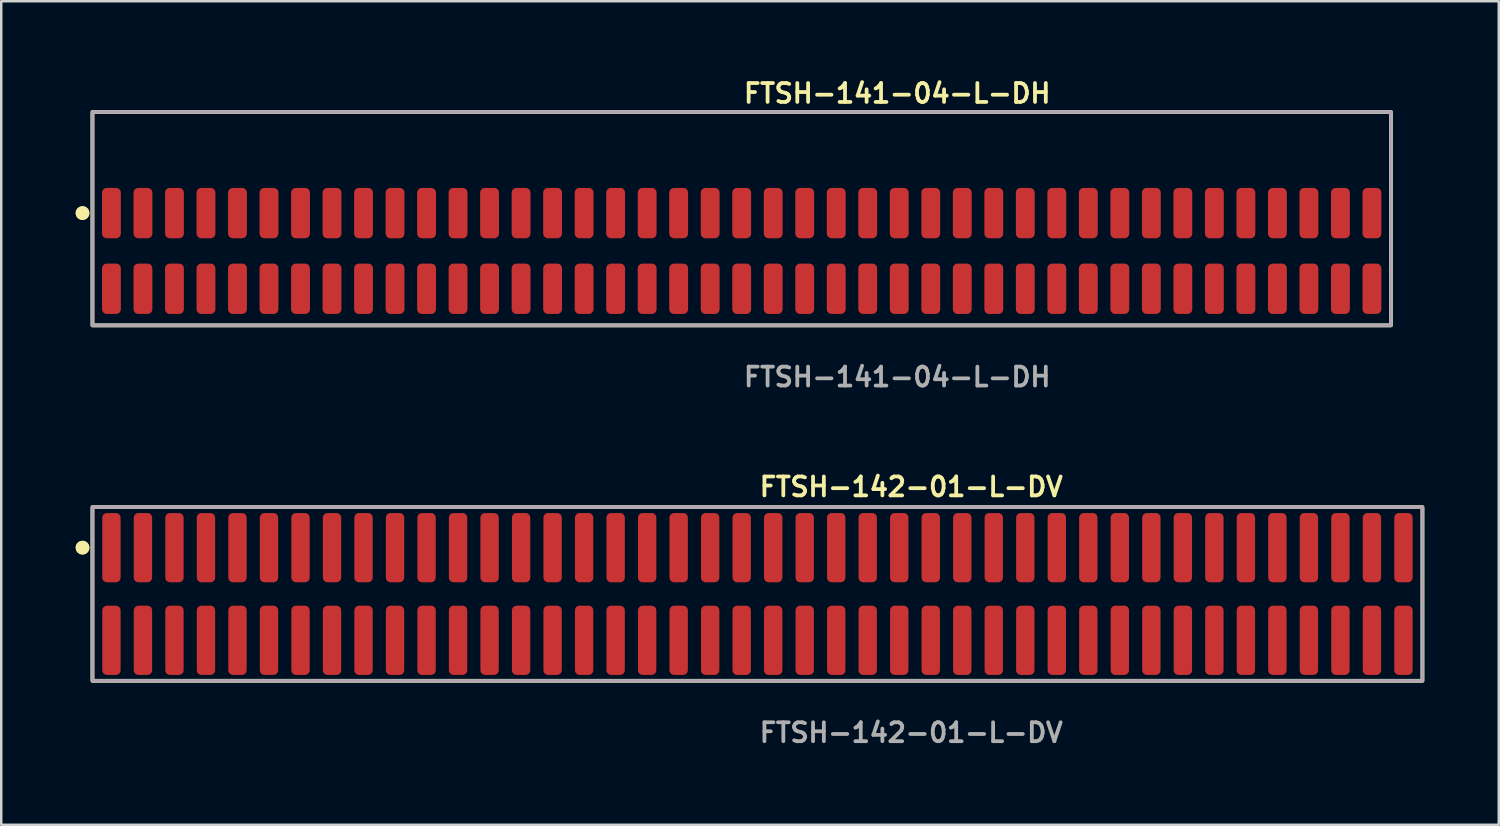
<source format=kicad_pcb>
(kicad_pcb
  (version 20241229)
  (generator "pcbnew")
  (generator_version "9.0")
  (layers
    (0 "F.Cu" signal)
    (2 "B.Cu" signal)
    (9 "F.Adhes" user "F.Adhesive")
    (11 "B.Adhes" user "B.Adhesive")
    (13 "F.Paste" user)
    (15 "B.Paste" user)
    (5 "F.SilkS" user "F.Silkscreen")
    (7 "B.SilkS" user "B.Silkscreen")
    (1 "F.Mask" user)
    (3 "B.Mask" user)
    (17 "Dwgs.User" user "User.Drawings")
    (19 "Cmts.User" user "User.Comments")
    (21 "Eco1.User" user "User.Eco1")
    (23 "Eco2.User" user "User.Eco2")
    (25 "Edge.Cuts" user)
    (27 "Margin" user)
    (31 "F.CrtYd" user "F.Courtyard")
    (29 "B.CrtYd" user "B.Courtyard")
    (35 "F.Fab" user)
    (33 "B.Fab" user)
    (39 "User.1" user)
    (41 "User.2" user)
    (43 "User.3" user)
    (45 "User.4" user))
  (footprint "FTSH-141-04-L-DH"
    (layer "F.Cu")
    (at 26.841 7.063)
    (property "Reference" "FTSH-141-04-L-DH" (at 0 -6.35 0) (unlocked yes) (layer "F.SilkS") (effects (font (size 0.762 0.762) (thickness 0.152)) (justify left)))
    (fp_rect (start -26.165 3) (end 26.165 -5.6) (stroke (width 0.152) (type solid)) (fill no) (layer "F.SilkS"))
    (fp_circle (center -26.565 -1.525) (end -26.765 -1.525) (stroke (width 0.152) (type solid)) (fill yes) (layer "F.SilkS"))
    (fp_circle (center -26.565 -1.525) (end -26.765 -1.525) (stroke (width 0.152) (type solid)) (fill yes) (layer "F.SilkS"))
    (fp_rect (start -26.165 3) (end 26.165 -5.6) (stroke (width 0.006) (type solid)) (fill no) (layer "F.CrtYd"))
    (fp_rect (start -26.165 3) (end 26.165 -5.6) (stroke (width 0.152) (type solid)) (fill no) (layer "F.Fab"))
    (fp_text user "${REFERENCE}" (at 0 5.08 0) (unlocked yes) (layer "F.Fab") (effects (font (size 0.762 0.762) (thickness 0.152)) (justify left)))
    (pad "1" smd roundrect (at -25.4 -1.525) (size 0.76 2.03) (layers "F.Cu" "F.Paste") (roundrect_rratio 0.25))
    (pad "2" smd roundrect (at -25.4 1.525) (size 0.76 2.03) (layers "F.Cu" "F.Paste") (roundrect_rratio 0.25))
    (pad "3" smd roundrect (at -24.13 -1.525) (size 0.76 2.03) (layers "F.Cu" "F.Paste") (roundrect_rratio 0.25))
    (pad "4" smd roundrect (at -24.13 1.525) (size 0.76 2.03) (layers "F.Cu" "F.Paste") (roundrect_rratio 0.25))
    (pad "5" smd roundrect (at -22.86 -1.525) (size 0.76 2.03) (layers "F.Cu" "F.Paste") (roundrect_rratio 0.25))
    (pad "6" smd roundrect (at -22.86 1.525) (size 0.76 2.03) (layers "F.Cu" "F.Paste") (roundrect_rratio 0.25))
    (pad "7" smd roundrect (at -21.59 -1.525) (size 0.76 2.03) (layers "F.Cu" "F.Paste") (roundrect_rratio 0.25))
    (pad "8" smd roundrect (at -21.59 1.525) (size 0.76 2.03) (layers "F.Cu" "F.Paste") (roundrect_rratio 0.25))
    (pad "9" smd roundrect (at -20.32 -1.525) (size 0.76 2.03) (layers "F.Cu" "F.Paste") (roundrect_rratio 0.25))
    (pad "10" smd roundrect (at -20.32 1.525) (size 0.76 2.03) (layers "F.Cu" "F.Paste") (roundrect_rratio 0.25))
    (pad "11" smd roundrect (at -19.05 -1.525) (size 0.76 2.03) (layers "F.Cu" "F.Paste") (roundrect_rratio 0.25))
    (pad "12" smd roundrect (at -19.05 1.525) (size 0.76 2.03) (layers "F.Cu" "F.Paste") (roundrect_rratio 0.25))
    (pad "13" smd roundrect (at -17.78 -1.525) (size 0.76 2.03) (layers "F.Cu" "F.Paste") (roundrect_rratio 0.25))
    (pad "14" smd roundrect (at -17.78 1.525) (size 0.76 2.03) (layers "F.Cu" "F.Paste") (roundrect_rratio 0.25))
    (pad "15" smd roundrect (at -16.51 -1.525) (size 0.76 2.03) (layers "F.Cu" "F.Paste") (roundrect_rratio 0.25))
    (pad "16" smd roundrect (at -16.51 1.525) (size 0.76 2.03) (layers "F.Cu" "F.Paste") (roundrect_rratio 0.25))
    (pad "17" smd roundrect (at -15.24 -1.525) (size 0.76 2.03) (layers "F.Cu" "F.Paste") (roundrect_rratio 0.25))
    (pad "18" smd roundrect (at -15.24 1.525) (size 0.76 2.03) (layers "F.Cu" "F.Paste") (roundrect_rratio 0.25))
    (pad "19" smd roundrect (at -13.97 -1.525) (size 0.76 2.03) (layers "F.Cu" "F.Paste") (roundrect_rratio 0.25))
    (pad "20" smd roundrect (at -13.97 1.525) (size 0.76 2.03) (layers "F.Cu" "F.Paste") (roundrect_rratio 0.25))
    (pad "21" smd roundrect (at -12.7 -1.525) (size 0.76 2.03) (layers "F.Cu" "F.Paste") (roundrect_rratio 0.25))
    (pad "22" smd roundrect (at -12.7 1.525) (size 0.76 2.03) (layers "F.Cu" "F.Paste") (roundrect_rratio 0.25))
    (pad "23" smd roundrect (at -11.43 -1.525) (size 0.76 2.03) (layers "F.Cu" "F.Paste") (roundrect_rratio 0.25))
    (pad "24" smd roundrect (at -11.43 1.525) (size 0.76 2.03) (layers "F.Cu" "F.Paste") (roundrect_rratio 0.25))
    (pad "25" smd roundrect (at -10.16 -1.525) (size 0.76 2.03) (layers "F.Cu" "F.Paste") (roundrect_rratio 0.25))
    (pad "26" smd roundrect (at -10.16 1.525) (size 0.76 2.03) (layers "F.Cu" "F.Paste") (roundrect_rratio 0.25))
    (pad "27" smd roundrect (at -8.89 -1.525) (size 0.76 2.03) (layers "F.Cu" "F.Paste") (roundrect_rratio 0.25))
    (pad "28" smd roundrect (at -8.89 1.525) (size 0.76 2.03) (layers "F.Cu" "F.Paste") (roundrect_rratio 0.25))
    (pad "29" smd roundrect (at -7.62 -1.525) (size 0.76 2.03) (layers "F.Cu" "F.Paste") (roundrect_rratio 0.25))
    (pad "30" smd roundrect (at -7.62 1.525) (size 0.76 2.03) (layers "F.Cu" "F.Paste") (roundrect_rratio 0.25))
    (pad "31" smd roundrect (at -6.35 -1.525) (size 0.76 2.03) (layers "F.Cu" "F.Paste") (roundrect_rratio 0.25))
    (pad "32" smd roundrect (at -6.35 1.525) (size 0.76 2.03) (layers "F.Cu" "F.Paste") (roundrect_rratio 0.25))
    (pad "33" smd roundrect (at -5.08 -1.525) (size 0.76 2.03) (layers "F.Cu" "F.Paste") (roundrect_rratio 0.25))
    (pad "34" smd roundrect (at -5.08 1.525) (size 0.76 2.03) (layers "F.Cu" "F.Paste") (roundrect_rratio 0.25))
    (pad "35" smd roundrect (at -3.81 -1.525) (size 0.76 2.03) (layers "F.Cu" "F.Paste") (roundrect_rratio 0.25))
    (pad "36" smd roundrect (at -3.81 1.525) (size 0.76 2.03) (layers "F.Cu" "F.Paste") (roundrect_rratio 0.25))
    (pad "37" smd roundrect (at -2.54 -1.525) (size 0.76 2.03) (layers "F.Cu" "F.Paste") (roundrect_rratio 0.25))
    (pad "38" smd roundrect (at -2.54 1.525) (size 0.76 2.03) (layers "F.Cu" "F.Paste") (roundrect_rratio 0.25))
    (pad "39" smd roundrect (at -1.27 -1.525) (size 0.76 2.03) (layers "F.Cu" "F.Paste") (roundrect_rratio 0.25))
    (pad "40" smd roundrect (at -1.27 1.525) (size 0.76 2.03) (layers "F.Cu" "F.Paste") (roundrect_rratio 0.25))
    (pad "41" smd roundrect (at 0 -1.525) (size 0.76 2.03) (layers "F.Cu" "F.Paste") (roundrect_rratio 0.25))
    (pad "42" smd roundrect (at 0 1.525) (size 0.76 2.03) (layers "F.Cu" "F.Paste") (roundrect_rratio 0.25))
    (pad "43" smd roundrect (at 1.27 -1.525) (size 0.76 2.03) (layers "F.Cu" "F.Paste") (roundrect_rratio 0.25))
    (pad "44" smd roundrect (at 1.27 1.525) (size 0.76 2.03) (layers "F.Cu" "F.Paste") (roundrect_rratio 0.25))
    (pad "45" smd roundrect (at 2.54 -1.525) (size 0.76 2.03) (layers "F.Cu" "F.Paste") (roundrect_rratio 0.25))
    (pad "46" smd roundrect (at 2.54 1.525) (size 0.76 2.03) (layers "F.Cu" "F.Paste") (roundrect_rratio 0.25))
    (pad "47" smd roundrect (at 3.81 -1.525) (size 0.76 2.03) (layers "F.Cu" "F.Paste") (roundrect_rratio 0.25))
    (pad "48" smd roundrect (at 3.81 1.525) (size 0.76 2.03) (layers "F.Cu" "F.Paste") (roundrect_rratio 0.25))
    (pad "49" smd roundrect (at 5.08 -1.525) (size 0.76 2.03) (layers "F.Cu" "F.Paste") (roundrect_rratio 0.25))
    (pad "50" smd roundrect (at 5.08 1.525) (size 0.76 2.03) (layers "F.Cu" "F.Paste") (roundrect_rratio 0.25))
    (pad "51" smd roundrect (at 6.35 -1.525) (size 0.76 2.03) (layers "F.Cu" "F.Paste") (roundrect_rratio 0.25))
    (pad "52" smd roundrect (at 6.35 1.525) (size 0.76 2.03) (layers "F.Cu" "F.Paste") (roundrect_rratio 0.25))
    (pad "53" smd roundrect (at 7.62 -1.525) (size 0.76 2.03) (layers "F.Cu" "F.Paste") (roundrect_rratio 0.25))
    (pad "54" smd roundrect (at 7.62 1.525) (size 0.76 2.03) (layers "F.Cu" "F.Paste") (roundrect_rratio 0.25))
    (pad "55" smd roundrect (at 8.89 -1.525) (size 0.76 2.03) (layers "F.Cu" "F.Paste") (roundrect_rratio 0.25))
    (pad "56" smd roundrect (at 8.89 1.525) (size 0.76 2.03) (layers "F.Cu" "F.Paste") (roundrect_rratio 0.25))
    (pad "57" smd roundrect (at 10.16 -1.525) (size 0.76 2.03) (layers "F.Cu" "F.Paste") (roundrect_rratio 0.25))
    (pad "58" smd roundrect (at 10.16 1.525) (size 0.76 2.03) (layers "F.Cu" "F.Paste") (roundrect_rratio 0.25))
    (pad "59" smd roundrect (at 11.43 -1.525) (size 0.76 2.03) (layers "F.Cu" "F.Paste") (roundrect_rratio 0.25))
    (pad "60" smd roundrect (at 11.43 1.525) (size 0.76 2.03) (layers "F.Cu" "F.Paste") (roundrect_rratio 0.25))
    (pad "61" smd roundrect (at 12.7 -1.525) (size 0.76 2.03) (layers "F.Cu" "F.Paste") (roundrect_rratio 0.25))
    (pad "62" smd roundrect (at 12.7 1.525) (size 0.76 2.03) (layers "F.Cu" "F.Paste") (roundrect_rratio 0.25))
    (pad "63" smd roundrect (at 13.97 -1.525) (size 0.76 2.03) (layers "F.Cu" "F.Paste") (roundrect_rratio 0.25))
    (pad "64" smd roundrect (at 13.97 1.525) (size 0.76 2.03) (layers "F.Cu" "F.Paste") (roundrect_rratio 0.25))
    (pad "65" smd roundrect (at 15.24 -1.525) (size 0.76 2.03) (layers "F.Cu" "F.Paste") (roundrect_rratio 0.25))
    (pad "66" smd roundrect (at 15.24 1.525) (size 0.76 2.03) (layers "F.Cu" "F.Paste") (roundrect_rratio 0.25))
    (pad "67" smd roundrect (at 16.51 -1.525) (size 0.76 2.03) (layers "F.Cu" "F.Paste") (roundrect_rratio 0.25))
    (pad "68" smd roundrect (at 16.51 1.525) (size 0.76 2.03) (layers "F.Cu" "F.Paste") (roundrect_rratio 0.25))
    (pad "69" smd roundrect (at 17.78 -1.525) (size 0.76 2.03) (layers "F.Cu" "F.Paste") (roundrect_rratio 0.25))
    (pad "70" smd roundrect (at 17.78 1.525) (size 0.76 2.03) (layers "F.Cu" "F.Paste") (roundrect_rratio 0.25))
    (pad "71" smd roundrect (at 19.05 -1.525) (size 0.76 2.03) (layers "F.Cu" "F.Paste") (roundrect_rratio 0.25))
    (pad "72" smd roundrect (at 19.05 1.525) (size 0.76 2.03) (layers "F.Cu" "F.Paste") (roundrect_rratio 0.25))
    (pad "73" smd roundrect (at 20.32 -1.525) (size 0.76 2.03) (layers "F.Cu" "F.Paste") (roundrect_rratio 0.25))
    (pad "74" smd roundrect (at 20.32 1.525) (size 0.76 2.03) (layers "F.Cu" "F.Paste") (roundrect_rratio 0.25))
    (pad "75" smd roundrect (at 21.59 -1.525) (size 0.76 2.03) (layers "F.Cu" "F.Paste") (roundrect_rratio 0.25))
    (pad "76" smd roundrect (at 21.59 1.525) (size 0.76 2.03) (layers "F.Cu" "F.Paste") (roundrect_rratio 0.25))
    (pad "77" smd roundrect (at 22.86 -1.525) (size 0.76 2.03) (layers "F.Cu" "F.Paste") (roundrect_rratio 0.25))
    (pad "78" smd roundrect (at 22.86 1.525) (size 0.76 2.03) (layers "F.Cu" "F.Paste") (roundrect_rratio 0.25))
    (pad "79" smd roundrect (at 24.13 -1.525) (size 0.76 2.03) (layers "F.Cu" "F.Paste") (roundrect_rratio 0.25))
    (pad "80" smd roundrect (at 24.13 1.525) (size 0.76 2.03) (layers "F.Cu" "F.Paste") (roundrect_rratio 0.25))
    (pad "81" smd roundrect (at 25.4 -1.525) (size 0.76 2.03) (layers "F.Cu" "F.Paste") (roundrect_rratio 0.25))
    (pad "82" smd roundrect (at 25.4 1.525) (size 0.76 2.03) (layers "F.Cu" "F.Paste") (roundrect_rratio 0.25)))
  (footprint "FTSH-142-01-L-DV"
    (layer "F.Cu")
    (at 27.476 20.888)
    (property "Reference" "FTSH-142-01-L-DV" (at 0 -4.318 0) (unlocked yes) (layer "F.SilkS") (effects (font (size 0.762 0.762) (thickness 0.152)) (justify left)))
    (fp_rect (start -26.8 3.5) (end 26.8 -3.5) (stroke (width 0.152) (type solid)) (fill no) (layer "F.SilkS"))
    (fp_circle (center -27.2 -1.867) (end -27.4 -1.867) (stroke (width 0.152) (type solid)) (fill yes) (layer "F.SilkS"))
    (fp_circle (center -27.2 -1.867) (end -27.4 -1.867) (stroke (width 0.152) (type solid)) (fill yes) (layer "F.SilkS"))
    (fp_rect (start -26.8 3.5) (end 26.8 -3.5) (stroke (width 0.006) (type solid)) (fill no) (layer "F.CrtYd"))
    (fp_rect (start -26.8 3.5) (end 26.8 -3.5) (stroke (width 0.152) (type solid)) (fill no) (layer "F.Fab"))
    (fp_text user "${REFERENCE}" (at 0 5.588 0) (unlocked yes) (layer "F.Fab") (effects (font (size 0.762 0.762) (thickness 0.152)) (justify left)))
    (pad "1" smd roundrect (at -26.035 -1.867) (size 0.74 2.79) (layers "F.Cu" "F.Paste") (roundrect_rratio 0.25))
    (pad "2" smd roundrect (at -26.035 1.867) (size 0.74 2.79) (layers "F.Cu" "F.Paste") (roundrect_rratio 0.25))
    (pad "3" smd roundrect (at -24.765 -1.867) (size 0.74 2.79) (layers "F.Cu" "F.Paste") (roundrect_rratio 0.25))
    (pad "4" smd roundrect (at -24.765 1.867) (size 0.74 2.79) (layers "F.Cu" "F.Paste") (roundrect_rratio 0.25))
    (pad "5" smd roundrect (at -23.495 -1.867) (size 0.74 2.79) (layers "F.Cu" "F.Paste") (roundrect_rratio 0.25))
    (pad "6" smd roundrect (at -23.495 1.867) (size 0.74 2.79) (layers "F.Cu" "F.Paste") (roundrect_rratio 0.25))
    (pad "7" smd roundrect (at -22.225 -1.867) (size 0.74 2.79) (layers "F.Cu" "F.Paste") (roundrect_rratio 0.25))
    (pad "8" smd roundrect (at -22.225 1.867) (size 0.74 2.79) (layers "F.Cu" "F.Paste") (roundrect_rratio 0.25))
    (pad "9" smd roundrect (at -20.955 -1.867) (size 0.74 2.79) (layers "F.Cu" "F.Paste") (roundrect_rratio 0.25))
    (pad "10" smd roundrect (at -20.955 1.867) (size 0.74 2.79) (layers "F.Cu" "F.Paste") (roundrect_rratio 0.25))
    (pad "11" smd roundrect (at -19.685 -1.867) (size 0.74 2.79) (layers "F.Cu" "F.Paste") (roundrect_rratio 0.25))
    (pad "12" smd roundrect (at -19.685 1.867) (size 0.74 2.79) (layers "F.Cu" "F.Paste") (roundrect_rratio 0.25))
    (pad "13" smd roundrect (at -18.415 -1.867) (size 0.74 2.79) (layers "F.Cu" "F.Paste") (roundrect_rratio 0.25))
    (pad "14" smd roundrect (at -18.415 1.867) (size 0.74 2.79) (layers "F.Cu" "F.Paste") (roundrect_rratio 0.25))
    (pad "15" smd roundrect (at -17.145 -1.867) (size 0.74 2.79) (layers "F.Cu" "F.Paste") (roundrect_rratio 0.25))
    (pad "16" smd roundrect (at -17.145 1.867) (size 0.74 2.79) (layers "F.Cu" "F.Paste") (roundrect_rratio 0.25))
    (pad "17" smd roundrect (at -15.875 -1.867) (size 0.74 2.79) (layers "F.Cu" "F.Paste") (roundrect_rratio 0.25))
    (pad "18" smd roundrect (at -15.875 1.867) (size 0.74 2.79) (layers "F.Cu" "F.Paste") (roundrect_rratio 0.25))
    (pad "19" smd roundrect (at -14.605 -1.867) (size 0.74 2.79) (layers "F.Cu" "F.Paste") (roundrect_rratio 0.25))
    (pad "20" smd roundrect (at -14.605 1.867) (size 0.74 2.79) (layers "F.Cu" "F.Paste") (roundrect_rratio 0.25))
    (pad "21" smd roundrect (at -13.335 -1.867) (size 0.74 2.79) (layers "F.Cu" "F.Paste") (roundrect_rratio 0.25))
    (pad "22" smd roundrect (at -13.335 1.867) (size 0.74 2.79) (layers "F.Cu" "F.Paste") (roundrect_rratio 0.25))
    (pad "23" smd roundrect (at -12.065 -1.867) (size 0.74 2.79) (layers "F.Cu" "F.Paste") (roundrect_rratio 0.25))
    (pad "24" smd roundrect (at -12.065 1.867) (size 0.74 2.79) (layers "F.Cu" "F.Paste") (roundrect_rratio 0.25))
    (pad "25" smd roundrect (at -10.795 -1.867) (size 0.74 2.79) (layers "F.Cu" "F.Paste") (roundrect_rratio 0.25))
    (pad "26" smd roundrect (at -10.795 1.867) (size 0.74 2.79) (layers "F.Cu" "F.Paste") (roundrect_rratio 0.25))
    (pad "27" smd roundrect (at -9.525 -1.867) (size 0.74 2.79) (layers "F.Cu" "F.Paste") (roundrect_rratio 0.25))
    (pad "28" smd roundrect (at -9.525 1.867) (size 0.74 2.79) (layers "F.Cu" "F.Paste") (roundrect_rratio 0.25))
    (pad "29" smd roundrect (at -8.255 -1.867) (size 0.74 2.79) (layers "F.Cu" "F.Paste") (roundrect_rratio 0.25))
    (pad "30" smd roundrect (at -8.255 1.867) (size 0.74 2.79) (layers "F.Cu" "F.Paste") (roundrect_rratio 0.25))
    (pad "31" smd roundrect (at -6.985 -1.867) (size 0.74 2.79) (layers "F.Cu" "F.Paste") (roundrect_rratio 0.25))
    (pad "32" smd roundrect (at -6.985 1.867) (size 0.74 2.79) (layers "F.Cu" "F.Paste") (roundrect_rratio 0.25))
    (pad "33" smd roundrect (at -5.715 -1.867) (size 0.74 2.79) (layers "F.Cu" "F.Paste") (roundrect_rratio 0.25))
    (pad "34" smd roundrect (at -5.715 1.867) (size 0.74 2.79) (layers "F.Cu" "F.Paste") (roundrect_rratio 0.25))
    (pad "35" smd roundrect (at -4.445 -1.867) (size 0.74 2.79) (layers "F.Cu" "F.Paste") (roundrect_rratio 0.25))
    (pad "36" smd roundrect (at -4.445 1.867) (size 0.74 2.79) (layers "F.Cu" "F.Paste") (roundrect_rratio 0.25))
    (pad "37" smd roundrect (at -3.175 -1.867) (size 0.74 2.79) (layers "F.Cu" "F.Paste") (roundrect_rratio 0.25))
    (pad "38" smd roundrect (at -3.175 1.867) (size 0.74 2.79) (layers "F.Cu" "F.Paste") (roundrect_rratio 0.25))
    (pad "39" smd roundrect (at -1.905 -1.867) (size 0.74 2.79) (layers "F.Cu" "F.Paste") (roundrect_rratio 0.25))
    (pad "40" smd roundrect (at -1.905 1.867) (size 0.74 2.79) (layers "F.Cu" "F.Paste") (roundrect_rratio 0.25))
    (pad "41" smd roundrect (at -0.635 -1.867) (size 0.74 2.79) (layers "F.Cu" "F.Paste") (roundrect_rratio 0.25))
    (pad "42" smd roundrect (at -0.635 1.867) (size 0.74 2.79) (layers "F.Cu" "F.Paste") (roundrect_rratio 0.25))
    (pad "43" smd roundrect (at 0.635 -1.867) (size 0.74 2.79) (layers "F.Cu" "F.Paste") (roundrect_rratio 0.25))
    (pad "44" smd roundrect (at 0.635 1.867) (size 0.74 2.79) (layers "F.Cu" "F.Paste") (roundrect_rratio 0.25))
    (pad "45" smd roundrect (at 1.905 -1.867) (size 0.74 2.79) (layers "F.Cu" "F.Paste") (roundrect_rratio 0.25))
    (pad "46" smd roundrect (at 1.905 1.867) (size 0.74 2.79) (layers "F.Cu" "F.Paste") (roundrect_rratio 0.25))
    (pad "47" smd roundrect (at 3.175 -1.867) (size 0.74 2.79) (layers "F.Cu" "F.Paste") (roundrect_rratio 0.25))
    (pad "48" smd roundrect (at 3.175 1.867) (size 0.74 2.79) (layers "F.Cu" "F.Paste") (roundrect_rratio 0.25))
    (pad "49" smd roundrect (at 4.445 -1.867) (size 0.74 2.79) (layers "F.Cu" "F.Paste") (roundrect_rratio 0.25))
    (pad "50" smd roundrect (at 4.445 1.867) (size 0.74 2.79) (layers "F.Cu" "F.Paste") (roundrect_rratio 0.25))
    (pad "51" smd roundrect (at 5.715 -1.867) (size 0.74 2.79) (layers "F.Cu" "F.Paste") (roundrect_rratio 0.25))
    (pad "52" smd roundrect (at 5.715 1.867) (size 0.74 2.79) (layers "F.Cu" "F.Paste") (roundrect_rratio 0.25))
    (pad "53" smd roundrect (at 6.985 -1.867) (size 0.74 2.79) (layers "F.Cu" "F.Paste") (roundrect_rratio 0.25))
    (pad "54" smd roundrect (at 6.985 1.867) (size 0.74 2.79) (layers "F.Cu" "F.Paste") (roundrect_rratio 0.25))
    (pad "55" smd roundrect (at 8.255 -1.867) (size 0.74 2.79) (layers "F.Cu" "F.Paste") (roundrect_rratio 0.25))
    (pad "56" smd roundrect (at 8.255 1.867) (size 0.74 2.79) (layers "F.Cu" "F.Paste") (roundrect_rratio 0.25))
    (pad "57" smd roundrect (at 9.525 -1.867) (size 0.74 2.79) (layers "F.Cu" "F.Paste") (roundrect_rratio 0.25))
    (pad "58" smd roundrect (at 9.525 1.867) (size 0.74 2.79) (layers "F.Cu" "F.Paste") (roundrect_rratio 0.25))
    (pad "59" smd roundrect (at 10.795 -1.867) (size 0.74 2.79) (layers "F.Cu" "F.Paste") (roundrect_rratio 0.25))
    (pad "60" smd roundrect (at 10.795 1.867) (size 0.74 2.79) (layers "F.Cu" "F.Paste") (roundrect_rratio 0.25))
    (pad "61" smd roundrect (at 12.065 -1.867) (size 0.74 2.79) (layers "F.Cu" "F.Paste") (roundrect_rratio 0.25))
    (pad "62" smd roundrect (at 12.065 1.867) (size 0.74 2.79) (layers "F.Cu" "F.Paste") (roundrect_rratio 0.25))
    (pad "63" smd roundrect (at 13.335 -1.867) (size 0.74 2.79) (layers "F.Cu" "F.Paste") (roundrect_rratio 0.25))
    (pad "64" smd roundrect (at 13.335 1.867) (size 0.74 2.79) (layers "F.Cu" "F.Paste") (roundrect_rratio 0.25))
    (pad "65" smd roundrect (at 14.605 -1.867) (size 0.74 2.79) (layers "F.Cu" "F.Paste") (roundrect_rratio 0.25))
    (pad "66" smd roundrect (at 14.605 1.867) (size 0.74 2.79) (layers "F.Cu" "F.Paste") (roundrect_rratio 0.25))
    (pad "67" smd roundrect (at 15.875 -1.867) (size 0.74 2.79) (layers "F.Cu" "F.Paste") (roundrect_rratio 0.25))
    (pad "68" smd roundrect (at 15.875 1.867) (size 0.74 2.79) (layers "F.Cu" "F.Paste") (roundrect_rratio 0.25))
    (pad "69" smd roundrect (at 17.145 -1.867) (size 0.74 2.79) (layers "F.Cu" "F.Paste") (roundrect_rratio 0.25))
    (pad "70" smd roundrect (at 17.145 1.867) (size 0.74 2.79) (layers "F.Cu" "F.Paste") (roundrect_rratio 0.25))
    (pad "71" smd roundrect (at 18.415 -1.867) (size 0.74 2.79) (layers "F.Cu" "F.Paste") (roundrect_rratio 0.25))
    (pad "72" smd roundrect (at 18.415 1.867) (size 0.74 2.79) (layers "F.Cu" "F.Paste") (roundrect_rratio 0.25))
    (pad "73" smd roundrect (at 19.685 -1.867) (size 0.74 2.79) (layers "F.Cu" "F.Paste") (roundrect_rratio 0.25))
    (pad "74" smd roundrect (at 19.685 1.867) (size 0.74 2.79) (layers "F.Cu" "F.Paste") (roundrect_rratio 0.25))
    (pad "75" smd roundrect (at 20.955 -1.867) (size 0.74 2.79) (layers "F.Cu" "F.Paste") (roundrect_rratio 0.25))
    (pad "76" smd roundrect (at 20.955 1.867) (size 0.74 2.79) (layers "F.Cu" "F.Paste") (roundrect_rratio 0.25))
    (pad "77" smd roundrect (at 22.225 -1.867) (size 0.74 2.79) (layers "F.Cu" "F.Paste") (roundrect_rratio 0.25))
    (pad "78" smd roundrect (at 22.225 1.867) (size 0.74 2.79) (layers "F.Cu" "F.Paste") (roundrect_rratio 0.25))
    (pad "79" smd roundrect (at 23.495 -1.867) (size 0.74 2.79) (layers "F.Cu" "F.Paste") (roundrect_rratio 0.25))
    (pad "80" smd roundrect (at 23.495 1.867) (size 0.74 2.79) (layers "F.Cu" "F.Paste") (roundrect_rratio 0.25))
    (pad "81" smd roundrect (at 24.765 -1.867) (size 0.74 2.79) (layers "F.Cu" "F.Paste") (roundrect_rratio 0.25))
    (pad "82" smd roundrect (at 24.765 1.867) (size 0.74 2.79) (layers "F.Cu" "F.Paste") (roundrect_rratio 0.25))
    (pad "83" smd roundrect (at 26.035 -1.867) (size 0.74 2.79) (layers "F.Cu" "F.Paste") (roundrect_rratio 0.25))
    (pad "84" smd roundrect (at 26.035 1.867) (size 0.74 2.79) (layers "F.Cu" "F.Paste") (roundrect_rratio 0.25)))
  (gr_rect
    (start -3 -3)
    (end 57.352 30.189)
    (stroke (width 0.1) (type default))
    (fill no)
    (layer "Edge.Cuts")))
</source>
